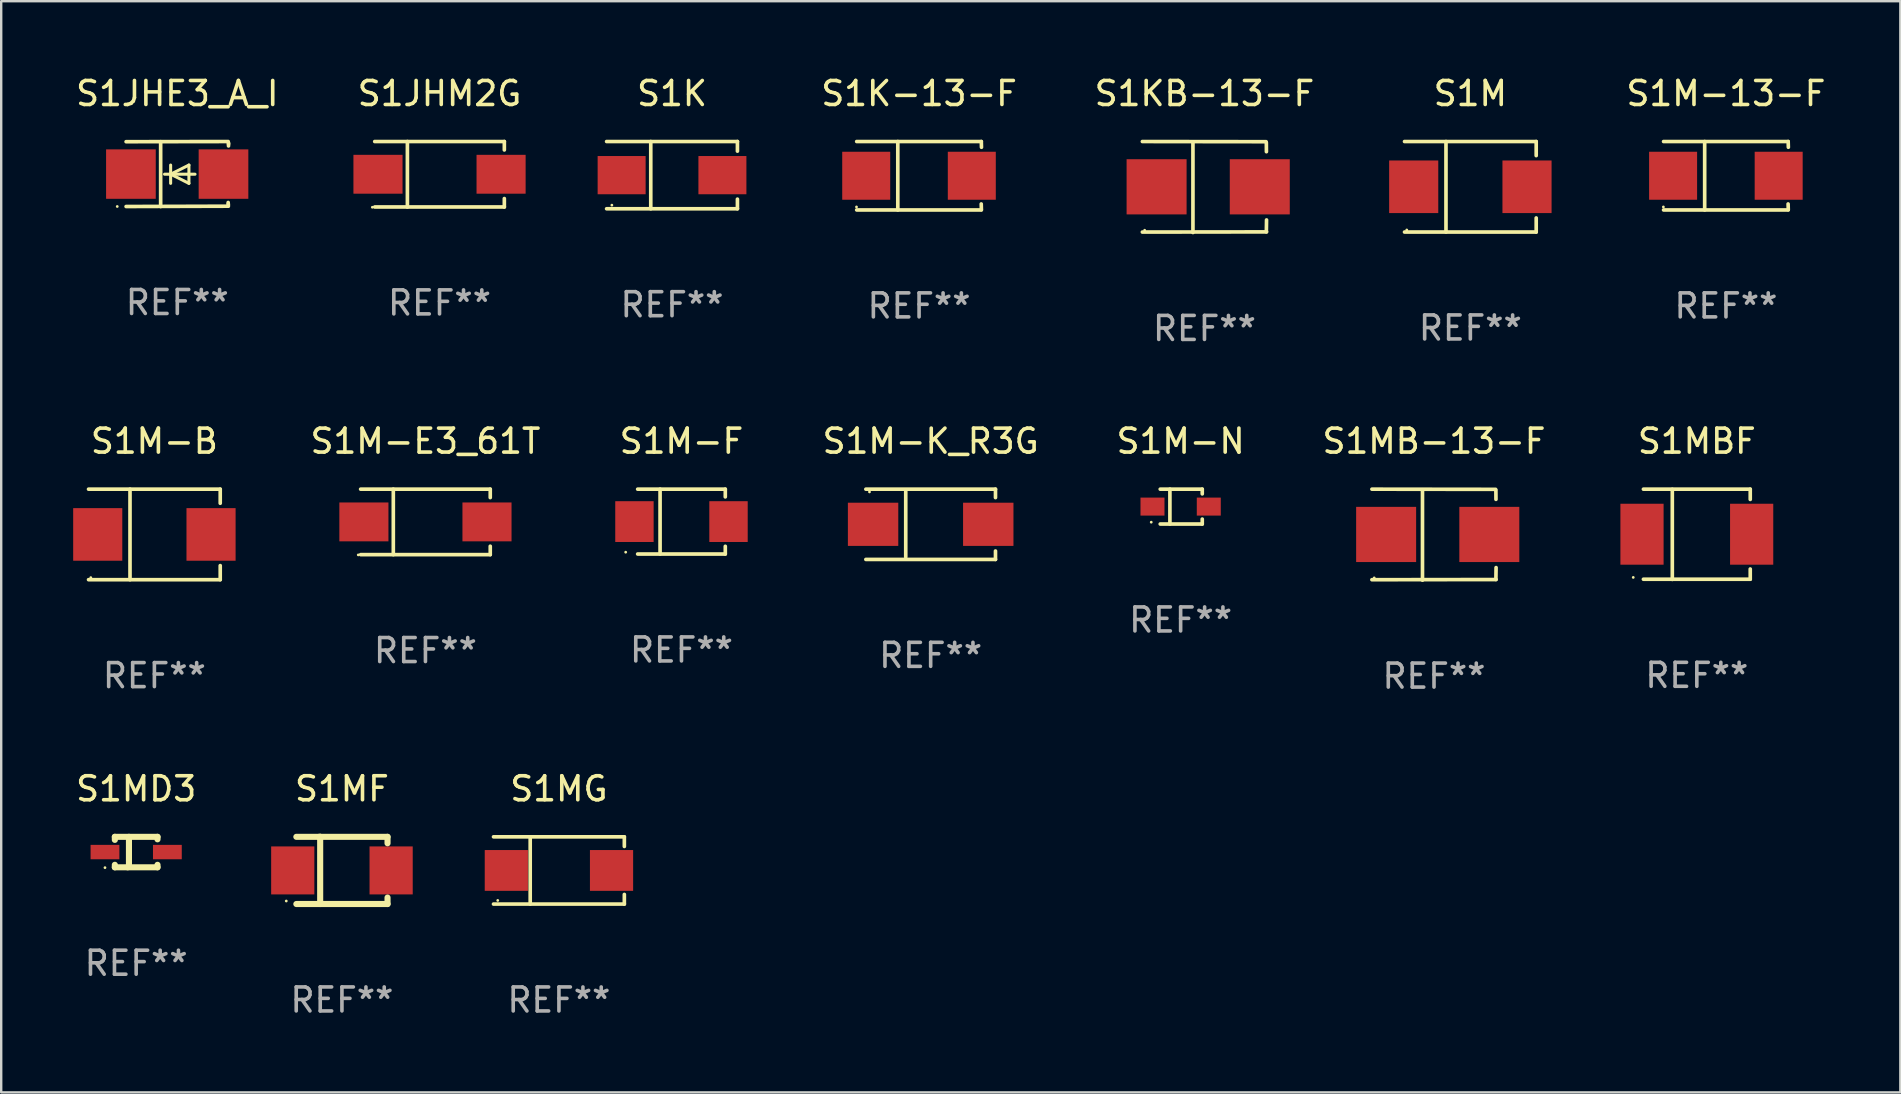
<source format=kicad_pcb>
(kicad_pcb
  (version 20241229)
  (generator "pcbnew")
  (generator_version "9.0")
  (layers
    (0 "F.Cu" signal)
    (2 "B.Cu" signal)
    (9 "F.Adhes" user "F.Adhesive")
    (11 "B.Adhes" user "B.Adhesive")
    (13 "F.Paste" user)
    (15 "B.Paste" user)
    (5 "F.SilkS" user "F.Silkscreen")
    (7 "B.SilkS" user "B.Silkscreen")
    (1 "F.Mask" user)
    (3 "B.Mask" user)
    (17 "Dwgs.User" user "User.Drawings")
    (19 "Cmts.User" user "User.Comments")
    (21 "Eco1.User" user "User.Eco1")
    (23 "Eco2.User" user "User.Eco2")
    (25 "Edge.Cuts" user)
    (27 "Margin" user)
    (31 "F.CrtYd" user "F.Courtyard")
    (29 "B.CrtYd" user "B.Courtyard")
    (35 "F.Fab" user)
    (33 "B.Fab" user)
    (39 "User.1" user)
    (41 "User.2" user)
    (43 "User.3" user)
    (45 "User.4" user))
  (footprint "S1MB-13-F"
    (layer "F.Cu")
    (at 56.711 19.232)
    (property "Reference" "S1MB-13-F" (at 0 -3.896 0) (layer "F.SilkS") (effects (font (size 1 1) (thickness 0.15))))
    (attr through_hole)
    (fp_line (start -2.588 -1.896) (end 2.568 -1.889) (stroke (width 0.152) (type solid)) (layer "F.SilkS"))
    (fp_line (start -2.588 1.877) (end 2.588 1.87) (stroke (width 0.152) (type solid)) (layer "F.SilkS"))
    (fp_line (start -0.48 1.896) (end -0.48 -1.871) (stroke (width 0.152) (type solid)) (layer "F.SilkS"))
    (fp_line (start 2.579 -1.849) (end 2.582 -1.472) (stroke (width 0.152) (type solid)) (layer "F.SilkS"))
    (fp_line (start 2.579 1.867) (end 2.587 1.372) (stroke (width 0.152) (type solid)) (layer "F.SilkS"))
    (fp_circle (center -2.492 1.801) (end -2.462 1.801) (stroke (width 0.06) (type solid)) (fill no) (layer "F.SilkS"))
    (fp_text user "REF**" (at 0 5.896 0) (layer "F.Fab") (effects (font (size 1 1) (thickness 0.15))))
    (pad "1" smd rect (at -1.995 -0.009) (size 2.5 2.3) (layers "F.Cu" "F.Mask" "F.Paste"))
    (pad "2" smd rect (at 2.305 -0.009) (size 2.5 2.3) (layers "F.Cu" "F.Mask" "F.Paste")))
  (footprint "S1M-E3_61T"
    (layer "F.Cu")
    (at 14.68 18.7)
    (property "Reference" "S1M-E3_61T" (at 0 -3.364 0) (layer "F.SilkS") (effects (font (size 1 1) (thickness 0.15))))
    (attr through_hole)
    (fp_line (start -2.701 -1.364) (end 2.701 -1.364) (stroke (width 0.152) (type solid)) (layer "F.SilkS"))
    (fp_line (start -2.701 1.364) (end 2.701 1.364) (stroke (width 0.152) (type solid)) (layer "F.SilkS"))
    (fp_line (start -1.339 -1.364) (end -1.339 1.364) (stroke (width 0.152) (type solid)) (layer "F.SilkS"))
    (fp_line (start 2.701 -1.364) (end 2.701 -1.013) (stroke (width 0.152) (type solid)) (layer "F.SilkS"))
    (fp_line (start 2.701 1.364) (end 2.701 1.013) (stroke (width 0.152) (type solid)) (layer "F.SilkS"))
    (fp_circle (center -2.8 1.375) (end -2.77 1.375) (stroke (width 0.06) (type solid)) (fill no) (layer "F.SilkS"))
    (fp_text user "REF**" (at 0 5.364 0) (layer "F.Fab") (effects (font (size 1 1) (thickness 0.15))))
    (pad "1" smd rect (at -2.565 -0.000025) (size 2.046 1.62) (layers "F.Cu" "F.Mask" "F.Paste"))
    (pad "2" smd rect (at 2.565 -0.000025) (size 2.046 1.62) (layers "F.Cu" "F.Mask" "F.Paste")))
  (footprint "S1K"
    (layer "F.Cu")
    (at 24.956 4.249)
    (property "Reference" "S1K" (at 0 -3.401 0) (layer "F.SilkS") (effects (font (size 1 1) (thickness 0.15))))
    (attr through_hole)
    (fp_line (start -2.726 -1.401) (end 2.726 -1.401) (stroke (width 0.152) (type solid)) (layer "F.SilkS"))
    (fp_line (start -2.726 1.401) (end 2.726 1.401) (stroke (width 0.152) (type solid)) (layer "F.SilkS"))
    (fp_line (start -0.886 -1.401) (end -0.886 1.401) (stroke (width 0.152) (type solid)) (layer "F.SilkS"))
    (fp_line (start 2.726 -1.401) (end 2.726 -1) (stroke (width 0.152) (type solid)) (layer "F.SilkS"))
    (fp_line (start 2.726 1.401) (end 2.726 1) (stroke (width 0.152) (type solid)) (layer "F.SilkS"))
    (fp_circle (center -2.507 1.25) (end -2.477 1.25) (stroke (width 0.06) (type solid)) (fill no) (layer "F.SilkS"))
    (fp_text user "REF**" (at 0 5.401 0) (layer "F.Fab") (effects (font (size 1 1) (thickness 0.15))))
    (pad "1" smd rect (at -2.1 0 180) (size 2 1.593) (layers "F.Cu" "F.Mask" "F.Paste"))
    (pad "2" smd rect (at 2.1 0 180) (size 2 1.593) (layers "F.Cu" "F.Mask" "F.Paste")))
  (footprint "S1KB-13-F"
    (layer "F.Cu")
    (at 47.145 4.744)
    (property "Reference" "S1KB-13-F" (at 0 -3.896 0) (layer "F.SilkS") (effects (font (size 1 1) (thickness 0.15))))
    (attr through_hole)
    (fp_line (start -2.588 -1.896) (end 2.568 -1.889) (stroke (width 0.152) (type solid)) (layer "F.SilkS"))
    (fp_line (start -2.588 1.877) (end 2.588 1.87) (stroke (width 0.152) (type solid)) (layer "F.SilkS"))
    (fp_line (start -0.48 1.896) (end -0.48 -1.871) (stroke (width 0.152) (type solid)) (layer "F.SilkS"))
    (fp_line (start 2.579 -1.849) (end 2.582 -1.472) (stroke (width 0.152) (type solid)) (layer "F.SilkS"))
    (fp_line (start 2.579 1.867) (end 2.587 1.372) (stroke (width 0.152) (type solid)) (layer "F.SilkS"))
    (fp_circle (center -2.492 1.801) (end -2.462 1.801) (stroke (width 0.06) (type solid)) (fill no) (layer "F.SilkS"))
    (fp_text user "REF**" (at 0 5.896 0) (layer "F.Fab") (effects (font (size 1 1) (thickness 0.15))))
    (pad "1" smd rect (at -1.995 -0.009) (size 2.5 2.3) (layers "F.Cu" "F.Mask" "F.Paste"))
    (pad "2" smd rect (at 2.305 -0.009) (size 2.5 2.3) (layers "F.Cu" "F.Mask" "F.Paste")))
  (footprint "S1MG"
    (layer "F.Cu")
    (at 20.243 33.225)
    (property "Reference" "S1MG" (at 0 -3.401 0) (layer "F.SilkS") (effects (font (size 1 1) (thickness 0.15))))
    (attr through_hole)
    (fp_line (start -2.726 -1.401) (end 2.726 -1.401) (stroke (width 0.152) (type solid)) (layer "F.SilkS"))
    (fp_line (start -2.726 1.401) (end 2.726 1.401) (stroke (width 0.152) (type solid)) (layer "F.SilkS"))
    (fp_line (start -1.197 -1.401) (end -1.197 1.401) (stroke (width 0.152) (type solid)) (layer "F.SilkS"))
    (fp_line (start 2.726 -1.401) (end 2.726 -1) (stroke (width 0.152) (type solid)) (layer "F.SilkS"))
    (fp_line (start 2.726 1.401) (end 2.726 1) (stroke (width 0.152) (type solid)) (layer "F.SilkS"))
    (fp_circle (center -2.55 1.25) (end -2.52 1.25) (stroke (width 0.06) (type solid)) (fill no) (layer "F.SilkS"))
    (fp_text user "REF**" (at 0 5.401 0) (layer "F.Fab") (effects (font (size 1 1) (thickness 0.15))))
    (pad "1" smd rect (at -2.192 0) (size 1.8 1.7) (layers "F.Cu" "F.Mask" "F.Paste"))
    (pad "2" smd rect (at 2.192 0) (size 1.8 1.7) (layers "F.Cu" "F.Mask" "F.Paste")))
  (footprint "S1M-N"
    (layer "F.Cu")
    (at 46.152 18.062)
    (property "Reference" "S1M-N" (at 0 -2.726 0) (layer "F.SilkS") (effects (font (size 1 1) (thickness 0.15))))
    (attr through_hole)
    (fp_line (start -0.851 -0.726) (end 0.901 -0.726) (stroke (width 0.152) (type solid)) (layer "F.SilkS"))
    (fp_line (start -0.851 0.726) (end 0.901 0.726) (stroke (width 0.152) (type solid)) (layer "F.SilkS"))
    (fp_line (start -0.447 -0.726) (end -0.447 0.726) (stroke (width 0.152) (type solid)) (layer "F.SilkS"))
    (fp_line (start 0.901 -0.726) (end 0.901 -0.53) (stroke (width 0.152) (type solid)) (layer "F.SilkS"))
    (fp_line (start 0.901 0.726) (end 0.901 0.52) (stroke (width 0.152) (type solid)) (layer "F.SilkS"))
    (fp_circle (center -1.225 0.65) (end -1.195 0.65) (stroke (width 0.06) (type solid)) (fill no) (layer "F.SilkS"))
    (fp_text user "REF**" (at 0 4.726 0) (layer "F.Fab") (effects (font (size 1 1) (thickness 0.15))))
    (pad "1" smd rect (at -1.173 0) (size 1 0.75) (layers "F.Cu" "F.Mask" "F.Paste"))
    (pad "2" smd rect (at 1.173 0) (size 1 0.75) (layers "F.Cu" "F.Mask" "F.Paste")))
  (footprint "S1M-B"
    (layer "F.Cu")
    (at 3.384 19.222)
    (property "Reference" "S1M-B" (at 0 -3.886 0) (layer "F.SilkS") (effects (font (size 1 1) (thickness 0.15))))
    (attr through_hole)
    (fp_line (start -2.744 -1.886) (end 2.744 -1.886) (stroke (width 0.152) (type solid)) (layer "F.SilkS"))
    (fp_line (start -2.744 1.886) (end 2.744 1.886) (stroke (width 0.152) (type solid)) (layer "F.SilkS"))
    (fp_line (start -1.016 -1.886) (end -1.016 1.886) (stroke (width 0.152) (type solid)) (layer "F.SilkS"))
    (fp_line (start 2.744 -1.886) (end 2.744 -1.299) (stroke (width 0.152) (type solid)) (layer "F.SilkS"))
    (fp_line (start 2.744 1.886) (end 2.744 1.299) (stroke (width 0.152) (type solid)) (layer "F.SilkS"))
    (fp_circle (center -2.65 1.8) (end -2.62 1.8) (stroke (width 0.06) (type solid)) (fill no) (layer "F.SilkS"))
    (fp_text user "REF**" (at 0 5.886 0) (layer "F.Fab") (effects (font (size 1 1) (thickness 0.15))))
    (pad "1" smd rect (at -2.361 0) (size 2.047 2.192) (layers "F.Cu" "F.Mask" "F.Paste"))
    (pad "2" smd rect (at 2.361 0) (size 2.047 2.192) (layers "F.Cu" "F.Mask" "F.Paste")))
  (footprint "S1MBF"
    (layer "F.Cu")
    (at 67.664 19.216)
    (property "Reference" "S1MBF" (at 0 -3.88 0) (layer "F.SilkS") (effects (font (size 1 1) (thickness 0.15))))
    (attr through_hole)
    (fp_line (start -2.226 -1.88) (end 2.226 -1.88) (stroke (width 0.152) (type solid)) (layer "F.SilkS"))
    (fp_line (start -2.226 1.873) (end 2.226 1.873) (stroke (width 0.152) (type solid)) (layer "F.SilkS"))
    (fp_line (start -1.022 -1.873) (end -1.022 1.88) (stroke (width 0.152) (type solid)) (layer "F.SilkS"))
    (fp_line (start 2.226 -1.88) (end 2.226 -1.453) (stroke (width 0.152) (type solid)) (layer "F.SilkS"))
    (fp_line (start 2.226 1.447) (end 2.226 1.873) (stroke (width 0.152) (type solid)) (layer "F.SilkS"))
    (fp_circle (center -2.65 1.797) (end -2.62 1.797) (stroke (width 0.06) (type solid)) (fill no) (layer "F.SilkS"))
    (fp_text user "REF**" (at 0 5.88 0) (layer "F.Fab") (effects (font (size 1 1) (thickness 0.15))))
    (pad "1" smd rect (at -2.285 -0.003) (size 1.8 2.54) (layers "F.Cu" "F.Mask" "F.Paste"))
    (pad "2" smd rect (at 2.285 -0.003) (size 1.8 2.54) (layers "F.Cu" "F.Mask" "F.Paste")))
  (footprint "S1M-F"
    (layer "F.Cu")
    (at 25.35 18.687)
    (property "Reference" "S1M-F" (at 0 -3.351 0) (layer "F.SilkS") (effects (font (size 1 1) (thickness 0.15))))
    (attr through_hole)
    (fp_line (start -1.826 -1.351) (end 1.826 -1.351) (stroke (width 0.152) (type solid)) (layer "F.SilkS"))
    (fp_line (start -1.826 1.351) (end 1.826 1.351) (stroke (width 0.152) (type solid)) (layer "F.SilkS"))
    (fp_line (start -0.892 -1.351) (end -0.892 1.351) (stroke (width 0.152) (type solid)) (layer "F.SilkS"))
    (fp_line (start 1.826 -1.351) (end 1.826 -1.03) (stroke (width 0.152) (type solid)) (layer "F.SilkS"))
    (fp_line (start 1.826 1.03) (end 1.826 1.351) (stroke (width 0.152) (type solid)) (layer "F.SilkS"))
    (fp_circle (center -2.325 1.275) (end -2.295 1.275) (stroke (width 0.06) (type solid)) (fill no) (layer "F.SilkS"))
    (fp_text user "REF**" (at 0 5.351 0) (layer "F.Fab") (effects (font (size 1 1) (thickness 0.15))))
    (pad "1" smd rect (at -1.96 0 180) (size 1.6 1.7) (layers "F.Cu" "F.Mask" "F.Paste"))
    (pad "2" smd rect (at 1.96 0 180) (size 1.6 1.7) (layers "F.Cu" "F.Mask" "F.Paste")))
  (footprint "S1MD3"
    (layer "F.Cu")
    (at 2.625 32.459)
    (property "Reference" "S1MD3" (at 0 -2.635 0) (layer "F.SilkS") (effects (font (size 1 1) (thickness 0.15))))
    (attr through_hole)
    (fp_line (start -0.889 -0.635) (end 0.889 -0.635) (stroke (width 0.254) (type solid)) (layer "F.SilkS"))
    (fp_line (start -0.889 -0.508) (end -0.889 -0.635) (stroke (width 0.254) (type solid)) (layer "F.SilkS"))
    (fp_line (start -0.889 0.635) (end -0.889 0.531) (stroke (width 0.254) (type solid)) (layer "F.SilkS"))
    (fp_line (start -0.301 -0.635) (end -0.301 0.581) (stroke (width 0.254) (type solid)) (layer "F.SilkS"))
    (fp_line (start -0.301 0.581) (end -0.355 0.635) (stroke (width 0.254) (type solid)) (layer "F.SilkS"))
    (fp_line (start 0.889 -0.635) (end 0.889 -0.531) (stroke (width 0.254) (type solid)) (layer "F.SilkS"))
    (fp_line (start 0.889 0.531) (end 0.889 0.635) (stroke (width 0.254) (type solid)) (layer "F.SilkS"))
    (fp_line (start 0.889 0.635) (end -0.889 0.635) (stroke (width 0.254) (type solid)) (layer "F.SilkS"))
    (fp_circle (center -1.3 0.65) (end -1.27 0.65) (stroke (width 0.06) (type solid)) (fill no) (layer "F.SilkS"))
    (fp_text user "REF**" (at 0 4.635 0) (layer "F.Fab") (effects (font (size 1 1) (thickness 0.15))))
    (pad "1" smd rect (at -1.3 0) (size 1.2 0.6) (layers "F.Cu" "F.Mask" "F.Paste"))
    (pad "2" smd rect (at 1.3 0) (size 1.2 0.6) (layers "F.Cu" "F.Mask" "F.Paste")))
  (footprint "S1M-K_R3G"
    (layer "F.Cu")
    (at 35.735 18.8)
    (property "Reference" "S1M-K_R3G" (at 0 -3.464 0) (layer "F.SilkS") (effects (font (size 1 1) (thickness 0.15))))
    (attr through_hole)
    (fp_line (start -2.701 -1.464) (end 2.701 -1.464) (stroke (width 0.152) (type solid)) (layer "F.SilkS"))
    (fp_line (start -2.701 1.464) (end 2.701 1.464) (stroke (width 0.152) (type solid)) (layer "F.SilkS"))
    (fp_line (start -1.039 -1.364) (end -1.039 1.364) (stroke (width 0.152) (type solid)) (layer "F.SilkS"))
    (fp_line (start 2.701 -1.464) (end 2.701 -1.113) (stroke (width 0.152) (type solid)) (layer "F.SilkS"))
    (fp_line (start 2.701 1.464) (end 2.701 1.113) (stroke (width 0.152) (type solid)) (layer "F.SilkS"))
    (fp_circle (center -2.55 -1.35) (end -2.52 -1.35) (stroke (width 0.06) (type solid)) (fill no) (layer "F.SilkS"))
    (fp_text user "REF**" (at 0 5.464 0) (layer "F.Fab") (effects (font (size 1 1) (thickness 0.15))))
    (pad "1" smd rect (at -2.4 0) (size 2.1 1.8) (layers "F.Cu" "F.Mask" "F.Paste"))
    (pad "2" smd rect (at 2.4 0) (size 2.1 1.8) (layers "F.Cu" "F.Mask" "F.Paste")))
  (footprint "S1M"
    (layer "F.Cu")
    (at 58.226 4.734)
    (property "Reference" "S1M" (at 0 -3.886 0) (layer "F.SilkS") (effects (font (size 1 1) (thickness 0.15))))
    (attr through_hole)
    (fp_line (start -2.744 -1.886) (end 2.744 -1.886) (stroke (width 0.152) (type solid)) (layer "F.SilkS"))
    (fp_line (start -2.744 1.886) (end 2.744 1.886) (stroke (width 0.152) (type solid)) (layer "F.SilkS"))
    (fp_line (start -1.016 -1.886) (end -1.016 1.886) (stroke (width 0.152) (type solid)) (layer "F.SilkS"))
    (fp_line (start 2.744 -1.886) (end 2.744 -1.299) (stroke (width 0.152) (type solid)) (layer "F.SilkS"))
    (fp_line (start 2.744 1.886) (end 2.744 1.299) (stroke (width 0.152) (type solid)) (layer "F.SilkS"))
    (fp_circle (center -2.65 1.8) (end -2.62 1.8) (stroke (width 0.06) (type solid)) (fill no) (layer "F.SilkS"))
    (fp_text user "REF**" (at 0 5.886 0) (layer "F.Fab") (effects (font (size 1 1) (thickness 0.15))))
    (pad "1" smd rect (at -2.361 0) (size 2.047 2.192) (layers "F.Cu" "F.Mask" "F.Paste"))
    (pad "2" smd rect (at 2.361 0) (size 2.047 2.192) (layers "F.Cu" "F.Mask" "F.Paste")))
  (footprint "S1MF"
    (layer "F.Cu")
    (at 11.2 33.224)
    (property "Reference" "S1MF" (at 0 -3.4 0) (layer "F.SilkS") (effects (font (size 1 1) (thickness 0.15))))
    (attr through_hole)
    (fp_line (start -1.9 -1.4) (end 1.9 -1.4) (stroke (width 0.254) (type solid)) (layer "F.SilkS"))
    (fp_line (start -1.9 1.4) (end 1.9 1.4) (stroke (width 0.254) (type solid)) (layer "F.SilkS"))
    (fp_line (start -0.954 -1.4) (end -0.907 -1.4) (stroke (width 0.254) (type solid)) (layer "F.SilkS"))
    (fp_line (start -0.907 -1.4) (end -0.907 1.4) (stroke (width 0.254) (type solid)) (layer "F.SilkS"))
    (fp_line (start 1.9 -1.4) (end 1.9 -1.131) (stroke (width 0.254) (type solid)) (layer "F.SilkS"))
    (fp_line (start 1.9 1.131) (end 1.9 1.4) (stroke (width 0.254) (type solid)) (layer "F.SilkS"))
    (fp_circle (center -2.32 1.275) (end -2.29 1.275) (stroke (width 0.06) (type solid)) (fill no) (layer "F.SilkS"))
    (fp_text user "REF**" (at 0 5.4 0) (layer "F.Fab") (effects (font (size 1 1) (thickness 0.15))))
    (pad "1" smd rect (at -2.05 0 180) (size 1.8 2) (layers "F.Cu" "F.Mask" "F.Paste"))
    (pad "2" smd rect (at 2.05 0 180) (size 1.8 2) (layers "F.Cu" "F.Mask" "F.Paste")))
  (footprint "S1M-13-F"
    (layer "F.Cu")
    (at 68.878 4.274)
    (property "Reference" "S1M-13-F" (at 0 -3.426 0) (layer "F.SilkS") (effects (font (size 1 1) (thickness 0.15))))
    (attr through_hole)
    (fp_line (start -2.6 -1.426) (end 2.593 -1.426) (stroke (width 0.152) (type solid)) (layer "F.SilkS"))
    (fp_line (start -2.6 1.426) (end 2.593 1.426) (stroke (width 0.152) (type solid)) (layer "F.SilkS"))
    (fp_line (start -0.887 -1.426) (end -0.887 1.426) (stroke (width 0.152) (type solid)) (layer "F.SilkS"))
    (fp_line (start 2.59 1.176) (end 2.597 1.415) (stroke (width 0.152) (type solid)) (layer "F.SilkS"))
    (fp_line (start 2.593 -1.426) (end 2.6 -1.187) (stroke (width 0.152) (type solid)) (layer "F.SilkS"))
    (fp_circle (center -2.608 1.3) (end -2.578 1.3) (stroke (width 0.06) (type solid)) (fill no) (layer "F.SilkS"))
    (fp_text user "REF**" (at 0 5.426 0) (layer "F.Fab") (effects (font (size 1 1) (thickness 0.15))))
    (pad "1" smd rect (at -2.203 0 180) (size 2 2) (layers "F.Cu" "F.Mask" "F.Paste"))
    (pad "2" smd rect (at 2.197 0 180) (size 2 2) (layers "F.Cu" "F.Mask" "F.Paste")))
  (footprint "S1K-13-F"
    (layer "F.Cu")
    (at 35.252 4.274)
    (property "Reference" "S1K-13-F" (at 0 -3.426 0) (layer "F.SilkS") (effects (font (size 1 1) (thickness 0.15))))
    (attr through_hole)
    (fp_line (start -2.6 -1.426) (end 2.593 -1.426) (stroke (width 0.152) (type solid)) (layer "F.SilkS"))
    (fp_line (start -2.6 1.426) (end 2.593 1.426) (stroke (width 0.152) (type solid)) (layer "F.SilkS"))
    (fp_line (start -0.887 -1.426) (end -0.887 1.426) (stroke (width 0.152) (type solid)) (layer "F.SilkS"))
    (fp_line (start 2.59 1.176) (end 2.597 1.415) (stroke (width 0.152) (type solid)) (layer "F.SilkS"))
    (fp_line (start 2.593 -1.426) (end 2.6 -1.187) (stroke (width 0.152) (type solid)) (layer "F.SilkS"))
    (fp_circle (center -2.608 1.3) (end -2.578 1.3) (stroke (width 0.06) (type solid)) (fill no) (layer "F.SilkS"))
    (fp_text user "REF**" (at 0 5.426 0) (layer "F.Fab") (effects (font (size 1 1) (thickness 0.15))))
    (pad "1" smd rect (at -2.203 0 180) (size 2 2) (layers "F.Cu" "F.Mask" "F.Paste"))
    (pad "2" smd rect (at 2.197 0 180) (size 2 2) (layers "F.Cu" "F.Mask" "F.Paste")))
  (footprint "S1JHM2G"
    (layer "F.Cu")
    (at 15.267 4.212)
    (property "Reference" "S1JHM2G" (at 0 -3.364 0) (layer "F.SilkS") (effects (font (size 1 1) (thickness 0.15))))
    (attr through_hole)
    (fp_line (start -2.701 -1.364) (end 2.701 -1.364) (stroke (width 0.152) (type solid)) (layer "F.SilkS"))
    (fp_line (start -2.701 1.364) (end 2.701 1.364) (stroke (width 0.152) (type solid)) (layer "F.SilkS"))
    (fp_line (start -1.339 -1.364) (end -1.339 1.364) (stroke (width 0.152) (type solid)) (layer "F.SilkS"))
    (fp_line (start 2.701 -1.364) (end 2.701 -1.013) (stroke (width 0.152) (type solid)) (layer "F.SilkS"))
    (fp_line (start 2.701 1.364) (end 2.701 1.013) (stroke (width 0.152) (type solid)) (layer "F.SilkS"))
    (fp_circle (center -2.8 1.375) (end -2.77 1.375) (stroke (width 0.06) (type solid)) (fill no) (layer "F.SilkS"))
    (fp_text user "REF**" (at 0 5.364 0) (layer "F.Fab") (effects (font (size 1 1) (thickness 0.15))))
    (pad "1" smd rect (at -2.565 -0.000025) (size 2.046 1.62) (layers "F.Cu" "F.Mask" "F.Paste"))
    (pad "2" smd rect (at 2.565 -0.000025) (size 2.046 1.62) (layers "F.Cu" "F.Mask" "F.Paste")))
  (footprint "S1JHE3_A_I"
    (layer "F.Cu")
    (at 4.339 4.203)
    (property "Reference" "S1JHE3_A_I" (at 0 -3.355 0) (layer "F.SilkS") (effects (font (size 1 1) (thickness 0.15))))
    (attr through_hole)
    (fp_line (start -2.134 -1.348) (end 2.12 -1.355) (stroke (width 0.152) (type solid)) (layer "F.SilkS"))
    (fp_line (start -2.134 1.353) (end 2.107 1.34) (stroke (width 0.152) (type solid)) (layer "F.SilkS"))
    (fp_line (start -0.694 -1.348) (end -0.694 1.355) (stroke (width 0.152) (type solid)) (layer "F.SilkS"))
    (fp_line (start -0.278 0.007) (end -0.278 -0.374) (stroke (width 0.127) (type solid)) (layer "F.SilkS"))
    (fp_line (start -0.278 0.007) (end -0.278 0.388) (stroke (width 0.127) (type solid)) (layer "F.SilkS"))
    (fp_line (start 0.484 -0.374) (end -0.278 0.007) (stroke (width 0.127) (type solid)) (layer "F.SilkS"))
    (fp_line (start 0.484 0.007) (end 0.484 -0.374) (stroke (width 0.127) (type solid)) (layer "F.SilkS"))
    (fp_line (start 0.484 0.007) (end 0.484 0.388) (stroke (width 0.127) (type solid)) (layer "F.SilkS"))
    (fp_line (start 0.484 0.388) (end -0.278 0.007) (stroke (width 0.127) (type solid)) (layer "F.SilkS"))
    (fp_line (start 0.738 0.007) (end -0.532 0.007) (stroke (width 0.127) (type solid)) (layer "F.SilkS"))
    (fp_line (start 2.12 1.186) (end 2.12 1.237) (stroke (width 0.152) (type solid)) (layer "F.SilkS"))
    (fp_line (start 2.127 1.25) (end 2.127 1.34) (stroke (width 0.152) (type solid)) (layer "F.SilkS"))
    (fp_line (start 2.134 -1.309) (end 2.134 -1.258) (stroke (width 0.152) (type solid)) (layer "F.SilkS"))
    (fp_line (start 2.134 -1.261) (end 2.134 -1.172) (stroke (width 0.152) (type solid)) (layer "F.SilkS"))
    (fp_circle (center -2.503 1.352) (end -2.473 1.352) (stroke (width 0.06) (type solid)) (fill no) (layer "F.SilkS"))
    (fp_text user "REF**" (at 0 5.355 0) (layer "F.Fab") (effects (font (size 1 1) (thickness 0.15))))
    (pad "1" smd rect (at -1.933 0.002 180) (size 2.07 2.06) (layers "F.Cu" "F.Mask" "F.Paste"))
    (pad "2" smd rect (at 1.925 0.002 180) (size 2.07 2.06) (layers "F.Cu" "F.Mask" "F.Paste")))
  (gr_rect
    (start -3 -3)
    (end 76.146 42.474)
    (stroke (width 0.1) (type default))
    (fill no)
    (layer "Edge.Cuts")))
</source>
